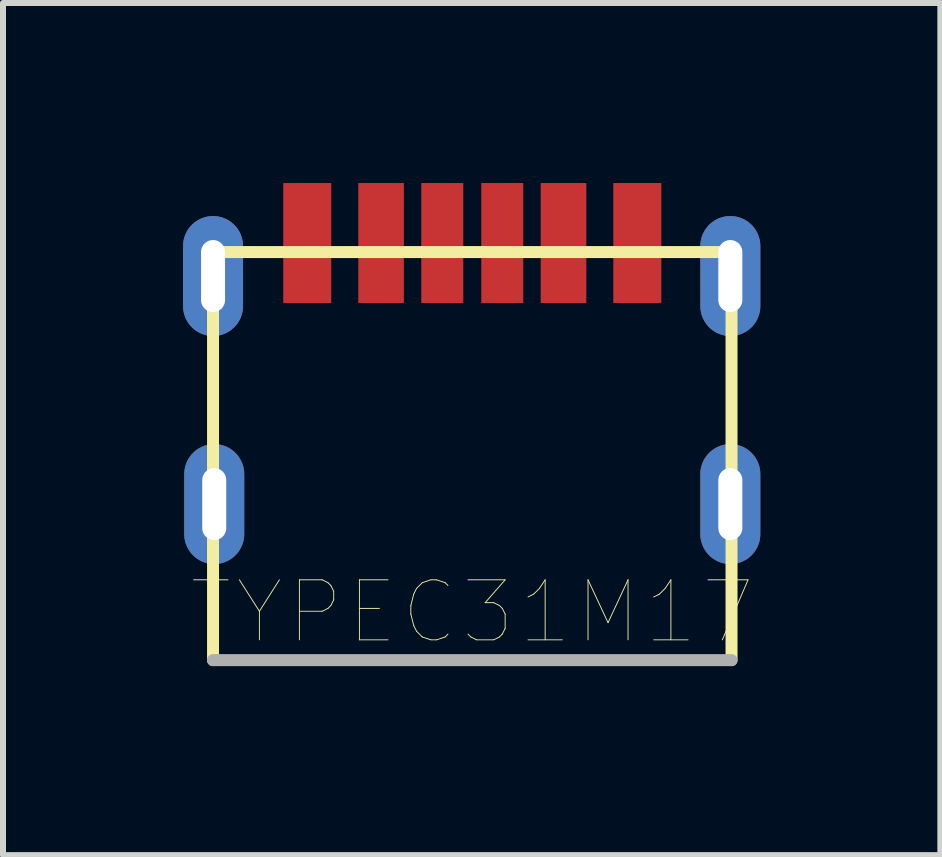
<source format=kicad_pcb>
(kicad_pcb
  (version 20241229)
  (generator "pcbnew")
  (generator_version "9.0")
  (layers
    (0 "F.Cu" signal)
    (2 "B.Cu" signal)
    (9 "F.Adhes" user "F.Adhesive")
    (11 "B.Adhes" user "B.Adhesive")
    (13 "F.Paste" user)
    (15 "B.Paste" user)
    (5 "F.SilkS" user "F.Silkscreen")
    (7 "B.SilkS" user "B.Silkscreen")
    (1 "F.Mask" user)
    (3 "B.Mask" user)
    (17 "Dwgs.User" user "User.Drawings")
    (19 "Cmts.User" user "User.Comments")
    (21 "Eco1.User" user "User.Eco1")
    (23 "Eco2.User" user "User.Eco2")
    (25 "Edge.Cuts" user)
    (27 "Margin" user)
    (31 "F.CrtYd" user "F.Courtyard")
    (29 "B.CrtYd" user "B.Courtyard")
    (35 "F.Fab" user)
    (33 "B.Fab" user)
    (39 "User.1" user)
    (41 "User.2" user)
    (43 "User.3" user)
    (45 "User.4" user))
  (footprint "TYPEC31M17"
    (layer "F.Cu")
    (at 4.82 7.95)
    (property "Reference" "TYPEC31M17" (at 0 -0.8 0) (layer "F.SilkS") (effects (font (size 1 1) (thickness 0.015))))
    (attr through_hole)
    (fp_line (start -4.32 -6.8) (end 4.32 -6.8) (stroke (width 0.2) (type solid)) (layer "F.SilkS"))
    (fp_line (start -4.32 0) (end -4.32 -6.8) (stroke (width 0.2) (type solid)) (layer "F.SilkS"))
    (fp_line (start -4.32 0) (end 4.32 0) (stroke (width 0.1) (type solid)) (layer "F.SilkS"))
    (fp_line (start 4.32 -6.8) (end 4.32 0) (stroke (width 0.2) (type solid)) (layer "F.SilkS"))
    (fp_line (start 4.32 0) (end -4.32 0) (stroke (width 0.2) (type solid)) (layer "F.Fab"))
    (pad "A5" smd rect (at -0.5 -6.95) (size 0.7 2) (layers "F.Cu" "F.Mask" "F.Paste"))
    (pad "A9" smd rect (at 1.52 -6.95) (size 0.76 2) (layers "F.Cu" "F.Mask" "F.Paste"))
    (pad "A12" smd rect (at 2.75 -6.95) (size 0.8 2) (layers "F.Cu" "F.Mask" "F.Paste"))
    (pad "B5" smd rect (at 0.5 -6.95) (size 0.7 2) (layers "F.Cu" "F.Mask" "F.Paste"))
    (pad "B9" smd rect (at -1.52 -6.95) (size 0.76 2) (layers "F.Cu" "F.Mask" "F.Paste"))
    (pad "B12" smd rect (at -2.75 -6.95) (size 0.8 2) (layers "F.Cu" "F.Mask" "F.Paste"))
    (pad "S1" thru_hole oval (at -4.32 -6.4) (size 1 2) (drill oval 0.4 1.2) (layers "*.Cu" "*.Mask"))
    (pad "S1" thru_hole oval (at -4.3 -2.6) (size 1 2) (drill oval 0.4 1.2) (layers "*.Cu" "*.Mask"))
    (pad "S1" thru_hole oval (at 4.3 -6.4) (size 1 2) (drill oval 0.4 1.2) (layers "*.Cu" "*.Mask"))
    (pad "S1" thru_hole oval (at 4.3 -2.6) (size 1 2) (drill oval 0.4 1.2) (layers "*.Cu" "*.Mask")))
  (gr_rect
    (start -3 -3)
    (end 12.62 11.2)
    (stroke (width 0.1) (type default))
    (fill no)
    (layer "Edge.Cuts")))
</source>
